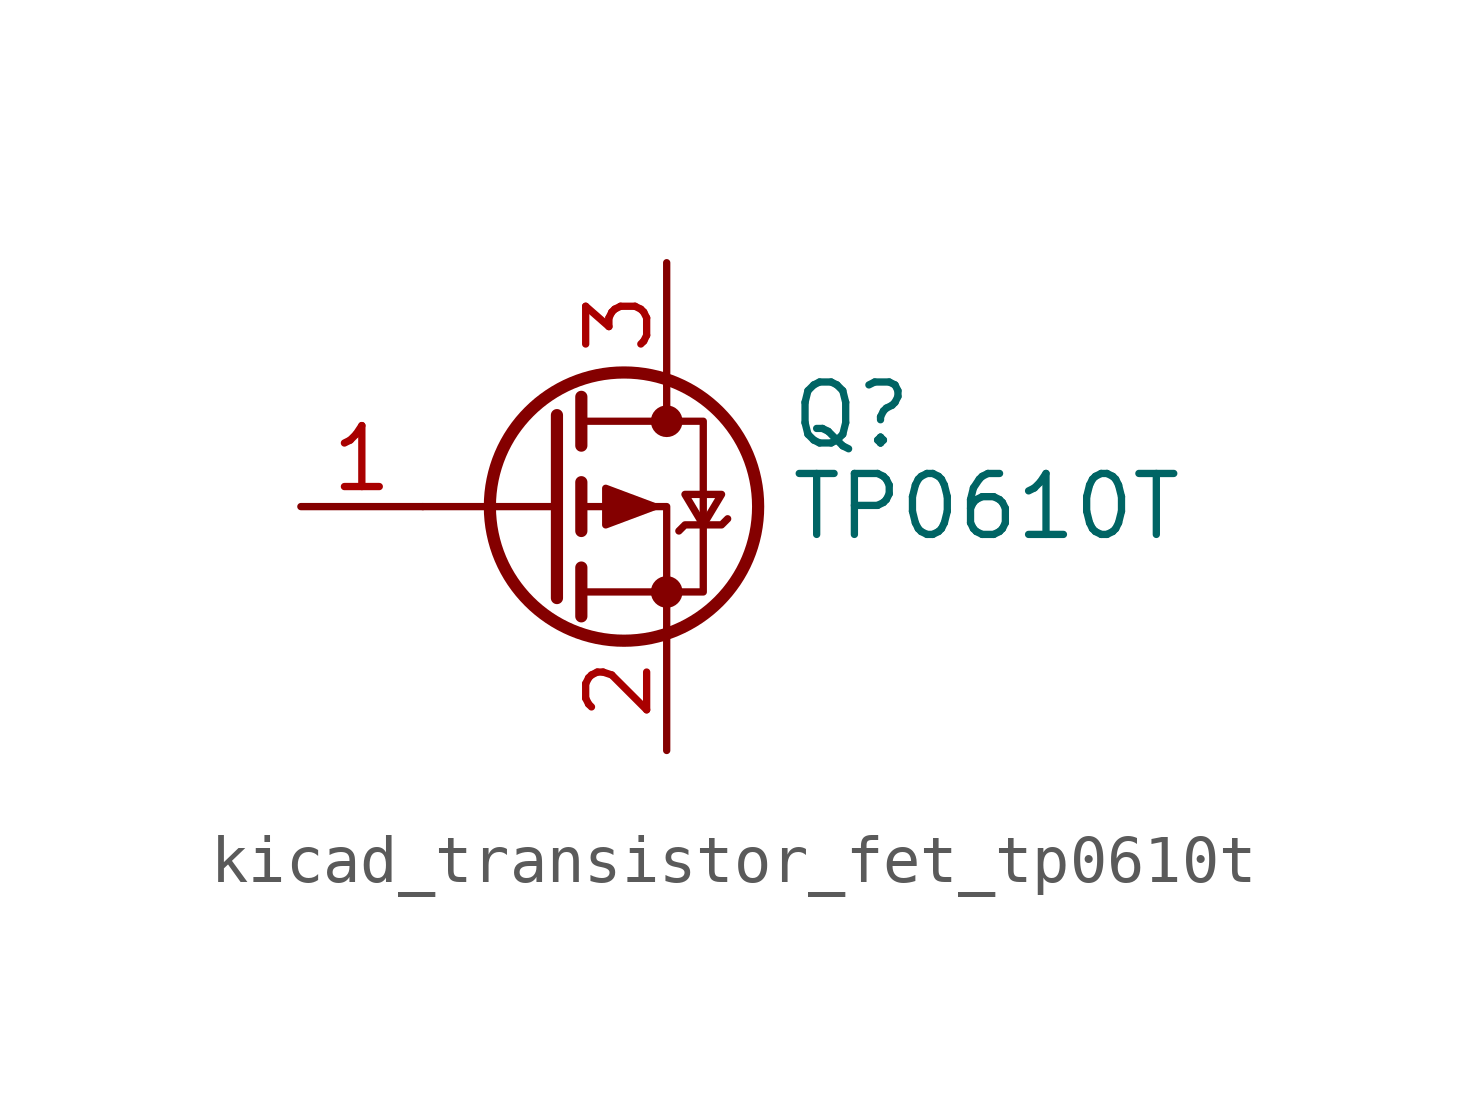
<source format=kicad_sym>
(kicad_symbol_lib
  (version 20220914)
  (generator kicad_symbol_editor)
  (symbol "kicad_transistor_fet_tp0610t"
    (pin_names hide)
    (property "Reference" "Q"
      (at 5.08 1.905 0)
      (effects (font (size 1.27 1.27)) (justify left)))
    (property "Value" "TP0610T"
      (at 5.08 0 0)
      (effects (font (size 1.27 1.27)) (justify left)))
    (symbol "kicad_transistor_fet_tp0610t_0_1"
      (polyline (pts (xy 0.254 0) (xy -2.54 0)) (stroke (width 0) (type default)) (fill (type none)))
      (polyline (pts (xy 0.254 1.905) (xy 0.254 -1.905)) (stroke (width 0.254) (type default)) (fill (type none)))
      (polyline (pts (xy 0.762 -1.27) (xy 0.762 -2.286)) (stroke (width 0.254) (type default)) (fill (type none)))
      (polyline (pts (xy 0.762 0.508) (xy 0.762 -0.508)) (stroke (width 0.254) (type default)) (fill (type none)))
      (polyline (pts (xy 0.762 2.286) (xy 0.762 1.27)) (stroke (width 0.254) (type default)) (fill (type none)))
      (polyline (pts (xy 2.54 2.54) (xy 2.54 1.778)) (stroke (width 0) (type default)) (fill (type none)))
      (polyline (pts (xy 2.54 -2.54) (xy 2.54 0) (xy 0.762 0)) (stroke (width 0) (type default)) (fill (type none)))
      (polyline (pts (xy 0.762 1.778) (xy 3.302 1.778) (xy 3.302 -1.778) (xy 0.762 -1.778)) (stroke (width 0) (type default)) (fill (type none)))
      (polyline (pts (xy 2.286 0) (xy 1.27 0.381) (xy 1.27 -0.381) (xy 2.286 0)) (stroke (width 0) (type default)) (fill (type outline)))
      (polyline (pts (xy 2.794 -0.508) (xy 2.921 -0.381) (xy 3.683 -0.381) (xy 3.81 -0.254)) (stroke (width 0) (type default)) (fill (type none)))
      (polyline (pts (xy 3.302 -0.381) (xy 2.921 0.254) (xy 3.683 0.254) (xy 3.302 -0.381)) (stroke (width 0) (type default)) (fill (type none)))
      (circle (center 1.651 0) (radius 2.794) (stroke (width 0.254) (type default)) (fill (type none)))
      (circle (center 2.54 -1.778) (radius 0.254) (stroke (width 0) (type default)) (fill (type outline)))
      (circle (center 2.54 1.778) (radius 0.254) (stroke (width 0) (type default)) (fill (type outline))))
    (symbol "kicad_transistor_fet_tp0610t_1_1"
      (pin input line (at -5.08 0 0) (length 2.54) (name "G" (effects (font (size 1.27 1.27)))) (number "1" (effects (font (size 1.27 1.27)))))
      (pin passive line (at 2.54 -5.08 90) (length 2.54) (name "S" (effects (font (size 1.27 1.27)))) (number "2" (effects (font (size 1.27 1.27)))))
      (pin passive line (at 2.54 5.08 270) (length 2.54) (name "D" (effects (font (size 1.27 1.27)))) (number "3" (effects (font (size 1.27 1.27))))))))
</source>
